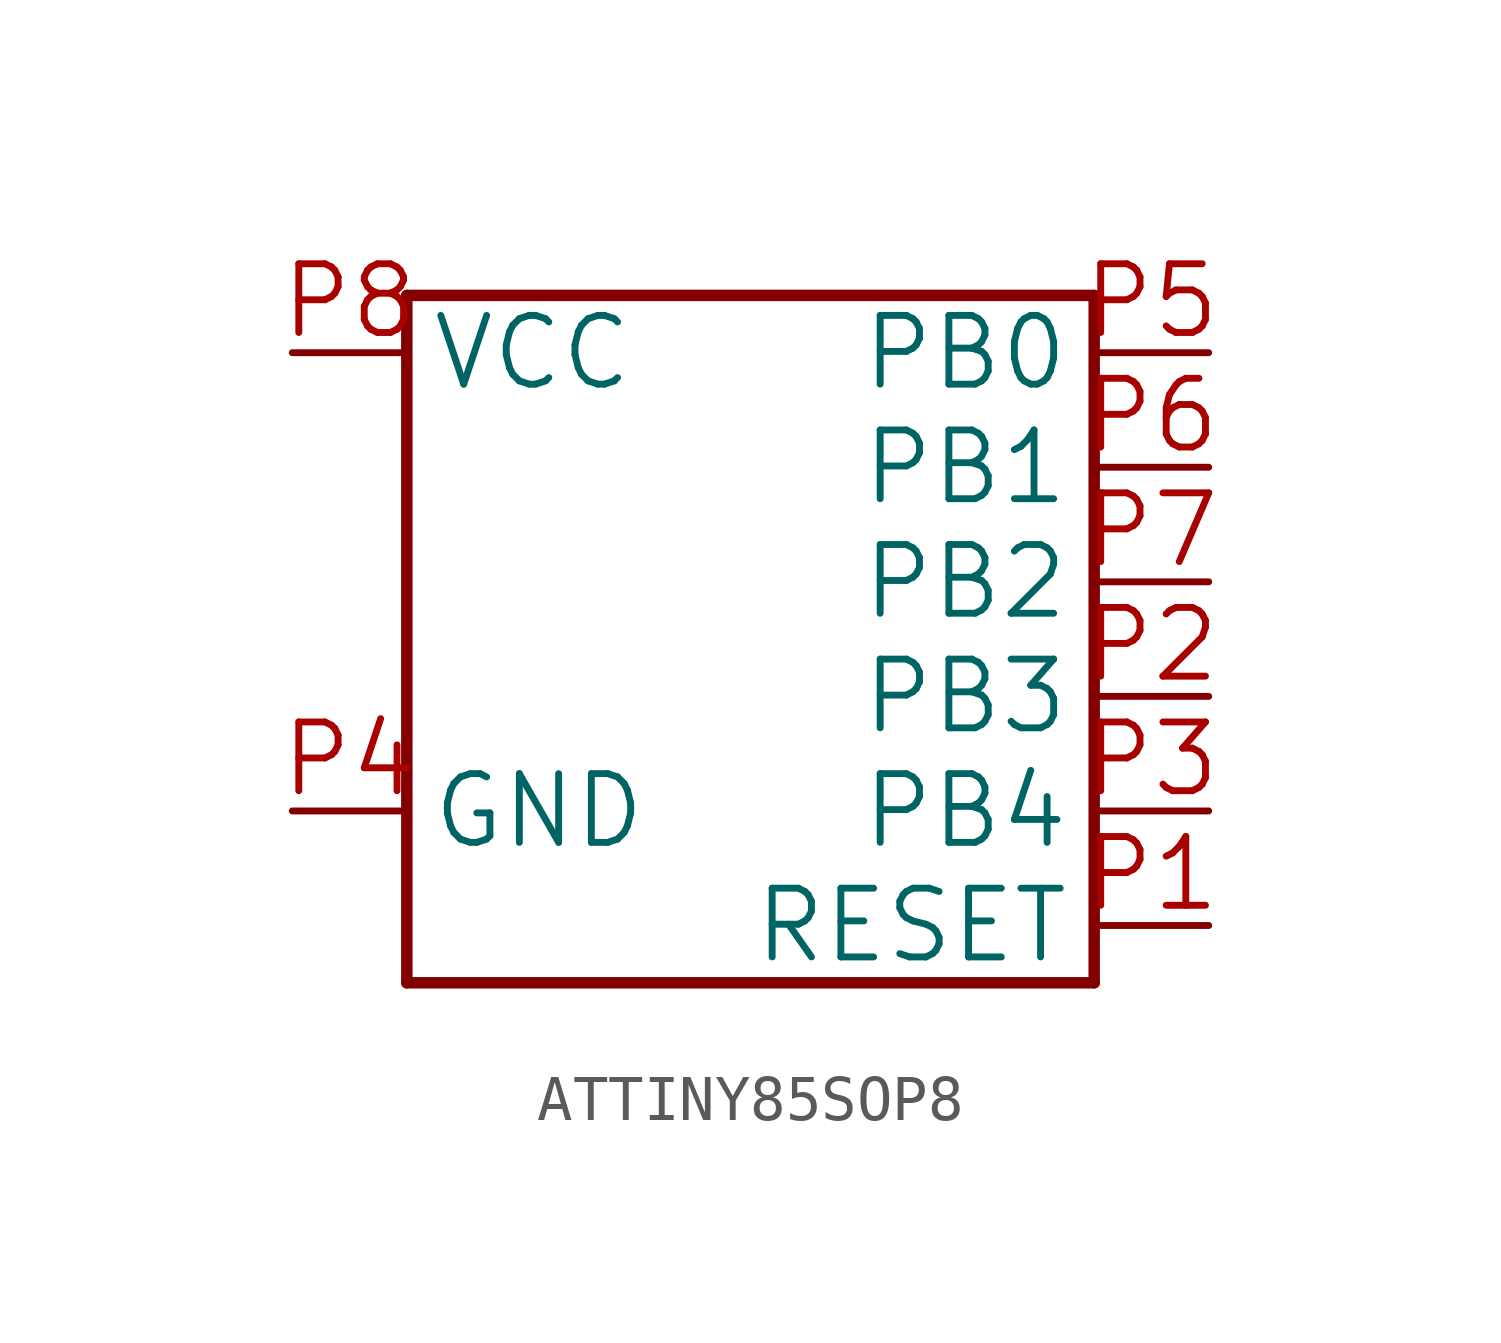
<source format=kicad_sym>
(kicad_symbol_lib
  (version 20241209)
  (generator "kicad_symbol_editor")
  (generator_version "9.0")
  (symbol "ATTINY85SOP8"
    (property "Reference" "ATTINY85-"
      (at 0 0 0)
      (effects (font (size 1.27 1.27)) (hide yes)))
    (property "ki_locked" ""
      (at 0 0 0)
      (effects (font (size 1.27 1.27))))
    (symbol "ATTINY85SOP8_1_0"
      (polyline (pts (xy -7.62 6.35) (xy 7.62 6.35)) (stroke (width 0.254) (type solid)) (fill (type none)))
      (polyline (pts (xy -7.62 -8.89) (xy -7.62 6.35)) (stroke (width 0.254) (type solid)) (fill (type none)))
      (polyline (pts (xy 7.62 6.35) (xy 7.62 -8.89)) (stroke (width 0.254) (type solid)) (fill (type none)))
      (polyline (pts (xy 7.62 -8.89) (xy -7.62 -8.89)) (stroke (width 0.254) (type solid)) (fill (type none)))
      (pin bidirectional line (at -10.16 5.08 0) (length 2.54) (name "VCC" (effects (font (size 1.524 1.524)))) (number "P8" (effects (font (size 1.524 1.524)))))
      (pin bidirectional line (at -10.16 -5.08 0) (length 2.54) (name "GND" (effects (font (size 1.524 1.524)))) (number "P4" (effects (font (size 1.524 1.524)))))
      (pin bidirectional line (at 10.16 5.08 180) (length 2.54) (name "PB0" (effects (font (size 1.524 1.524)))) (number "P5" (effects (font (size 1.524 1.524)))))
      (pin bidirectional line (at 10.16 2.54 180) (length 2.54) (name "PB1" (effects (font (size 1.524 1.524)))) (number "P6" (effects (font (size 1.524 1.524)))))
      (pin bidirectional line (at 10.16 0 180) (length 2.54) (name "PB2" (effects (font (size 1.524 1.524)))) (number "P7" (effects (font (size 1.524 1.524)))))
      (pin bidirectional line (at 10.16 -2.54 180) (length 2.54) (name "PB3" (effects (font (size 1.524 1.524)))) (number "P2" (effects (font (size 1.524 1.524)))))
      (pin bidirectional line (at 10.16 -5.08 180) (length 2.54) (name "PB4" (effects (font (size 1.524 1.524)))) (number "P3" (effects (font (size 1.524 1.524)))))
      (pin bidirectional line (at 10.16 -7.62 180) (length 2.54) (name "RESET" (effects (font (size 1.524 1.524)))) (number "P1" (effects (font (size 1.524 1.524))))))))
</source>
